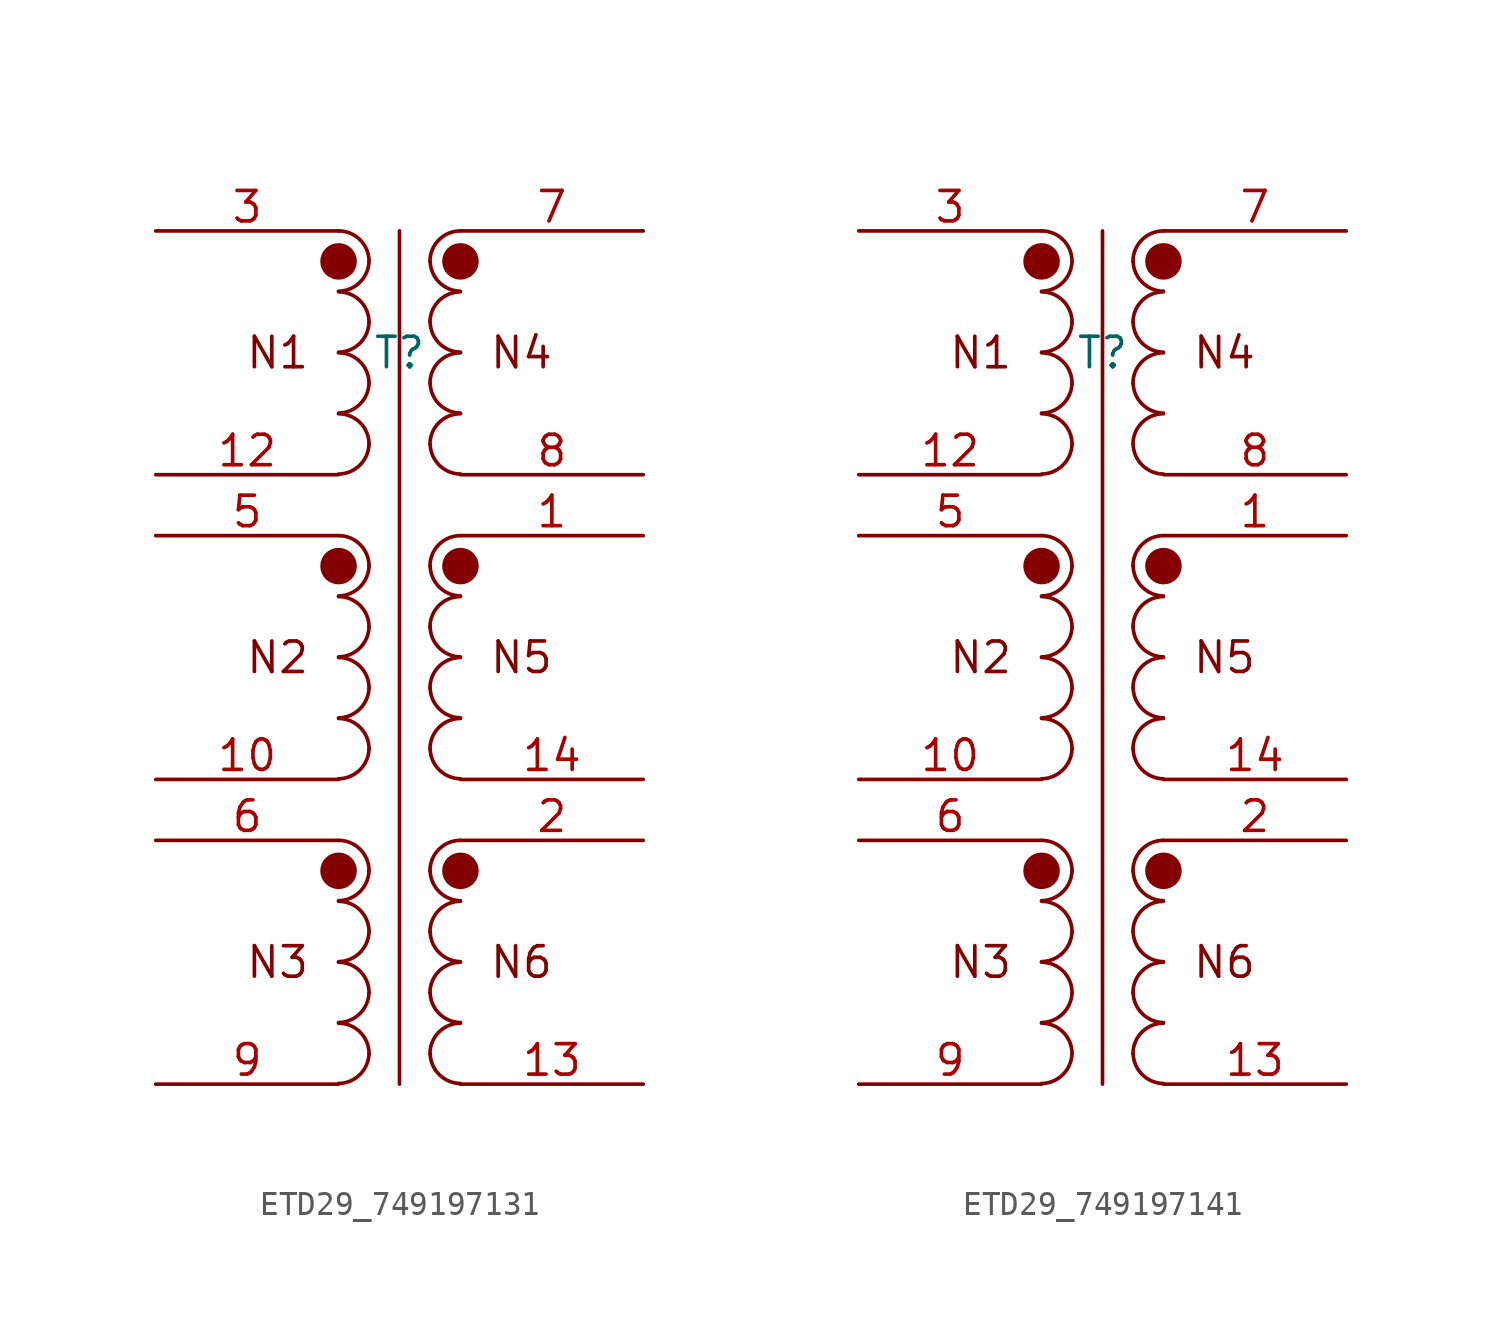
<source format=kicad_sym>
(kicad_symbol_lib
  (version 20220914)
  (generator kicad_symbol_editor)
  (symbol "ETD29_749197131"
    (pin_names hide)
    (property "Reference" "T"
      (at 0 12.7 0)
      (effects (font (size 1.27 1.27))))
    (property "Critical Parameter" ""
      (at 0 -5.08 0)
      (effects (font (size 1.27 1.27)) (justify left)))
    (symbol "ETD29_749197131_0_1"
      (arc (start -2.54 -17.7546) (mid -1.6561 -17.3863) (end -1.27 -16.51) (stroke (width 0) (type default)) (fill (type none)))
      (arc (start -2.54 -15.2146) (mid -1.6561 -14.8463) (end -1.27 -13.97) (stroke (width 0) (type default)) (fill (type none)))
      (arc (start -2.54 -12.6746) (mid -1.6561 -12.3063) (end -1.27 -11.43) (stroke (width 0) (type default)) (fill (type none)))
      (arc (start -2.54 -10.1346) (mid -1.6561 -9.7663) (end -1.27 -8.89) (stroke (width 0) (type default)) (fill (type none)))
      (arc (start -2.54 -5.0546) (mid -1.6561 -4.6863) (end -1.27 -3.81) (stroke (width 0) (type default)) (fill (type none)))
      (arc (start -2.54 -2.5146) (mid -1.6561 -2.1463) (end -1.27 -1.27) (stroke (width 0) (type default)) (fill (type none)))
      (arc (start -2.54 0.0254) (mid -1.6561 0.3937) (end -1.27 1.27) (stroke (width 0) (type default)) (fill (type none)))
      (arc (start -2.54 2.5654) (mid -1.6561 2.9337) (end -1.27 3.81) (stroke (width 0) (type default)) (fill (type none)))
      (arc (start -2.54 7.6454) (mid -1.6561 8.0137) (end -1.27 8.89) (stroke (width 0) (type default)) (fill (type none)))
      (arc (start -2.54 10.1854) (mid -1.6561 10.5537) (end -1.27 11.43) (stroke (width 0) (type default)) (fill (type none)))
      (arc (start -2.54 12.7254) (mid -1.6561 13.0937) (end -1.27 13.97) (stroke (width 0) (type default)) (fill (type none)))
      (arc (start -2.54 15.2654) (mid -1.6561 15.6337) (end -1.27 16.51) (stroke (width 0) (type default)) (fill (type none)))
      (arc (start -1.27 -16.51) (mid -1.642 -15.612) (end -2.54 -15.24) (stroke (width 0) (type default)) (fill (type none)))
      (arc (start -1.27 -13.97) (mid -1.642 -13.072) (end -2.54 -12.7) (stroke (width 0) (type default)) (fill (type none)))
      (arc (start -1.27 -11.43) (mid -1.642 -10.532) (end -2.54 -10.16) (stroke (width 0) (type default)) (fill (type none)))
      (arc (start -1.27 -8.89) (mid -1.642 -7.992) (end -2.54 -7.62) (stroke (width 0) (type default)) (fill (type none)))
      (arc (start -1.27 -3.81) (mid -1.642 -2.912) (end -2.54 -2.54) (stroke (width 0) (type default)) (fill (type none)))
      (arc (start -1.27 -1.27) (mid -1.642 -0.372) (end -2.54 0) (stroke (width 0) (type default)) (fill (type none)))
      (arc (start -1.27 1.27) (mid -1.642 2.168) (end -2.54 2.54) (stroke (width 0) (type default)) (fill (type none)))
      (arc (start -1.27 3.81) (mid -1.642 4.708) (end -2.54 5.08) (stroke (width 0) (type default)) (fill (type none)))
      (arc (start -1.27 8.89) (mid -1.642 9.788) (end -2.54 10.16) (stroke (width 0) (type default)) (fill (type none)))
      (arc (start -1.27 11.43) (mid -1.642 12.328) (end -2.54 12.7) (stroke (width 0) (type default)) (fill (type none)))
      (arc (start -1.27 13.97) (mid -1.642 14.868) (end -2.54 15.24) (stroke (width 0) (type default)) (fill (type none)))
      (arc (start -1.27 16.51) (mid -1.642 17.408) (end -2.54 17.78) (stroke (width 0) (type default)) (fill (type none)))
      (polyline (pts (xy 0 -17.78) (xy 0 17.78)) (stroke (width 0) (type default)) (fill (type none)))
      (arc (start 1.27 -16.51) (mid 1.6561 -17.3863) (end 2.54 -17.7546) (stroke (width 0) (type default)) (fill (type none)))
      (arc (start 1.27 -13.97) (mid 1.6561 -14.8463) (end 2.54 -15.2146) (stroke (width 0) (type default)) (fill (type none)))
      (arc (start 1.27 -11.43) (mid 1.6561 -12.3063) (end 2.54 -12.6746) (stroke (width 0) (type default)) (fill (type none)))
      (arc (start 1.27 -8.89) (mid 1.6561 -9.7663) (end 2.54 -10.1346) (stroke (width 0) (type default)) (fill (type none)))
      (arc (start 1.27 -3.81) (mid 1.6561 -4.6863) (end 2.54 -5.0546) (stroke (width 0) (type default)) (fill (type none)))
      (arc (start 1.27 -1.27) (mid 1.6561 -2.1463) (end 2.54 -2.5146) (stroke (width 0) (type default)) (fill (type none)))
      (arc (start 1.27 1.27) (mid 1.6561 0.3937) (end 2.54 0.0254) (stroke (width 0) (type default)) (fill (type none)))
      (arc (start 1.27 3.81) (mid 1.6561 2.9337) (end 2.54 2.5654) (stroke (width 0) (type default)) (fill (type none)))
      (arc (start 1.27 8.89) (mid 1.6561 8.0137) (end 2.54 7.6454) (stroke (width 0) (type default)) (fill (type none)))
      (arc (start 1.27 11.43) (mid 1.6561 10.5537) (end 2.54 10.1854) (stroke (width 0) (type default)) (fill (type none)))
      (arc (start 1.27 13.97) (mid 1.6561 13.0937) (end 2.54 12.7254) (stroke (width 0) (type default)) (fill (type none)))
      (arc (start 1.27 16.51) (mid 1.6561 15.6337) (end 2.54 15.2654) (stroke (width 0) (type default)) (fill (type none)))
      (arc (start 2.54 -15.24) (mid 1.642 -15.612) (end 1.27 -16.51) (stroke (width 0) (type default)) (fill (type none)))
      (arc (start 2.54 -12.7) (mid 1.642 -13.072) (end 1.27 -13.97) (stroke (width 0) (type default)) (fill (type none)))
      (arc (start 2.54 -10.16) (mid 1.642 -10.532) (end 1.27 -11.43) (stroke (width 0) (type default)) (fill (type none)))
      (arc (start 2.54 -7.62) (mid 1.642 -7.992) (end 1.27 -8.89) (stroke (width 0) (type default)) (fill (type none)))
      (arc (start 2.54 -2.54) (mid 1.642 -2.912) (end 1.27 -3.81) (stroke (width 0) (type default)) (fill (type none)))
      (arc (start 2.54 0) (mid 1.642 -0.372) (end 1.27 -1.27) (stroke (width 0) (type default)) (fill (type none)))
      (arc (start 2.54 2.54) (mid 1.642 2.168) (end 1.27 1.27) (stroke (width 0) (type default)) (fill (type none)))
      (arc (start 2.54 5.08) (mid 1.642 4.708) (end 1.27 3.81) (stroke (width 0) (type default)) (fill (type none)))
      (arc (start 2.54 10.16) (mid 1.642 9.788) (end 1.27 8.89) (stroke (width 0) (type default)) (fill (type none)))
      (arc (start 2.54 12.7) (mid 1.642 12.328) (end 1.27 11.43) (stroke (width 0) (type default)) (fill (type none)))
      (arc (start 2.54 15.24) (mid 1.642 14.868) (end 1.27 13.97) (stroke (width 0) (type default)) (fill (type none)))
      (arc (start 2.54 17.78) (mid 1.642 17.408) (end 1.27 16.51) (stroke (width 0) (type default)) (fill (type none))))
    (symbol "ETD29_749197131_1_1"
      (circle (center -2.54 -8.89) (radius 0.0001) (stroke (width 0.762) (type default)) (fill (type none)))
      (circle (center -2.54 3.81) (radius 0.0001) (stroke (width 0.762) (type default)) (fill (type none)))
      (circle (center -2.54 16.51) (radius 0.0001) (stroke (width 0.762) (type default)) (fill (type none)))
      (circle (center 2.54 -8.89) (radius 0.0001) (stroke (width 0.762) (type default)) (fill (type none)))
      (circle (center 2.54 3.81) (radius 0.0001) (stroke (width 0.762) (type default)) (fill (type none)))
      (circle (center 2.54 16.51) (radius 0.0001) (stroke (width 0.762) (type default)) (fill (type none)))
      (text "N1" (at -5.08 12.7 0) (effects (font (size 1.27 1.27))))
      (text "N2" (at -5.08 0 0) (effects (font (size 1.27 1.27))))
      (text "N3" (at -5.08 -12.7 0) (effects (font (size 1.27 1.27))))
      (text "N4" (at 5.08 12.7 0) (effects (font (size 1.27 1.27))))
      (text "N5" (at 5.08 0 0) (effects (font (size 1.27 1.27))))
      (text "N6" (at 5.08 -12.7 0) (effects (font (size 1.27 1.27))))
      (pin passive line (at -10.16 17.78 0) (length 7.62) (name "3" (effects (font (size 1.27 1.27)))) (number "3" (effects (font (size 1.27 1.27)))))
      (pin passive line (at -10.16 7.62 0) (length 7.62) (name "12" (effects (font (size 1.27 1.27)))) (number "12" (effects (font (size 1.27 1.27)))))
      (pin passive line (at -10.16 5.08 0) (length 7.62) (name "5" (effects (font (size 1.27 1.27)))) (number "5" (effects (font (size 1.27 1.27)))))
      (pin passive line (at -10.16 -5.08 0) (length 7.62) (name "10" (effects (font (size 1.27 1.27)))) (number "10" (effects (font (size 1.27 1.27)))))
      (pin passive line (at -10.16 -7.62 0) (length 7.62) (name "6" (effects (font (size 1.27 1.27)))) (number "6" (effects (font (size 1.27 1.27)))))
      (pin passive line (at -10.16 -17.78 0) (length 7.62) (name "9" (effects (font (size 1.27 1.27)))) (number "9" (effects (font (size 1.27 1.27)))))
      (pin passive line (at 10.16 -17.78 180) (length 7.62) (name "13" (effects (font (size 1.27 1.27)))) (number "13" (effects (font (size 1.27 1.27)))))
      (pin passive line (at 10.16 -7.62 180) (length 7.62) (name "2" (effects (font (size 1.27 1.27)))) (number "2" (effects (font (size 1.27 1.27)))))
      (pin passive line (at 10.16 -5.08 180) (length 7.62) (name "14" (effects (font (size 1.27 1.27)))) (number "14" (effects (font (size 1.27 1.27)))))
      (pin passive line (at 10.16 5.08 180) (length 7.62) (name "1" (effects (font (size 1.27 1.27)))) (number "1" (effects (font (size 1.27 1.27)))))
      (pin passive line (at 10.16 7.62 180) (length 7.62) (name "8" (effects (font (size 1.27 1.27)))) (number "8" (effects (font (size 1.27 1.27)))))
      (pin passive line (at 10.16 17.78 180) (length 7.62) (name "7" (effects (font (size 1.27 1.27)))) (number "7" (effects (font (size 1.27 1.27)))))))
  (symbol "ETD29_749197141"
    (pin_names hide)
    (property "Reference" "T"
      (at 0 12.7 0)
      (effects (font (size 1.27 1.27))))
    (property "Critical Parameter" ""
      (at 0 -5.08 0)
      (effects (font (size 1.27 1.27)) (justify left)))
    (symbol "ETD29_749197141_0_1"
      (arc (start -2.54 -17.7546) (mid -1.6561 -17.3863) (end -1.27 -16.51) (stroke (width 0) (type default)) (fill (type none)))
      (arc (start -2.54 -15.2146) (mid -1.6561 -14.8463) (end -1.27 -13.97) (stroke (width 0) (type default)) (fill (type none)))
      (arc (start -2.54 -12.6746) (mid -1.6561 -12.3063) (end -1.27 -11.43) (stroke (width 0) (type default)) (fill (type none)))
      (arc (start -2.54 -10.1346) (mid -1.6561 -9.7663) (end -1.27 -8.89) (stroke (width 0) (type default)) (fill (type none)))
      (arc (start -2.54 -5.0546) (mid -1.6561 -4.6863) (end -1.27 -3.81) (stroke (width 0) (type default)) (fill (type none)))
      (arc (start -2.54 -2.5146) (mid -1.6561 -2.1463) (end -1.27 -1.27) (stroke (width 0) (type default)) (fill (type none)))
      (arc (start -2.54 0.0254) (mid -1.6561 0.3937) (end -1.27 1.27) (stroke (width 0) (type default)) (fill (type none)))
      (arc (start -2.54 2.5654) (mid -1.6561 2.9337) (end -1.27 3.81) (stroke (width 0) (type default)) (fill (type none)))
      (arc (start -2.54 7.6454) (mid -1.6561 8.0137) (end -1.27 8.89) (stroke (width 0) (type default)) (fill (type none)))
      (arc (start -2.54 10.1854) (mid -1.6561 10.5537) (end -1.27 11.43) (stroke (width 0) (type default)) (fill (type none)))
      (arc (start -2.54 12.7254) (mid -1.6561 13.0937) (end -1.27 13.97) (stroke (width 0) (type default)) (fill (type none)))
      (arc (start -2.54 15.2654) (mid -1.6561 15.6337) (end -1.27 16.51) (stroke (width 0) (type default)) (fill (type none)))
      (arc (start -1.27 -16.51) (mid -1.642 -15.612) (end -2.54 -15.24) (stroke (width 0) (type default)) (fill (type none)))
      (arc (start -1.27 -13.97) (mid -1.642 -13.072) (end -2.54 -12.7) (stroke (width 0) (type default)) (fill (type none)))
      (arc (start -1.27 -11.43) (mid -1.642 -10.532) (end -2.54 -10.16) (stroke (width 0) (type default)) (fill (type none)))
      (arc (start -1.27 -8.89) (mid -1.642 -7.992) (end -2.54 -7.62) (stroke (width 0) (type default)) (fill (type none)))
      (arc (start -1.27 -3.81) (mid -1.642 -2.912) (end -2.54 -2.54) (stroke (width 0) (type default)) (fill (type none)))
      (arc (start -1.27 -1.27) (mid -1.642 -0.372) (end -2.54 0) (stroke (width 0) (type default)) (fill (type none)))
      (arc (start -1.27 1.27) (mid -1.642 2.168) (end -2.54 2.54) (stroke (width 0) (type default)) (fill (type none)))
      (arc (start -1.27 3.81) (mid -1.642 4.708) (end -2.54 5.08) (stroke (width 0) (type default)) (fill (type none)))
      (arc (start -1.27 8.89) (mid -1.642 9.788) (end -2.54 10.16) (stroke (width 0) (type default)) (fill (type none)))
      (arc (start -1.27 11.43) (mid -1.642 12.328) (end -2.54 12.7) (stroke (width 0) (type default)) (fill (type none)))
      (arc (start -1.27 13.97) (mid -1.642 14.868) (end -2.54 15.24) (stroke (width 0) (type default)) (fill (type none)))
      (arc (start -1.27 16.51) (mid -1.642 17.408) (end -2.54 17.78) (stroke (width 0) (type default)) (fill (type none)))
      (polyline (pts (xy 0 -17.78) (xy 0 17.78)) (stroke (width 0) (type default)) (fill (type none)))
      (arc (start 1.27 -16.51) (mid 1.6561 -17.3863) (end 2.54 -17.7546) (stroke (width 0) (type default)) (fill (type none)))
      (arc (start 1.27 -13.97) (mid 1.6561 -14.8463) (end 2.54 -15.2146) (stroke (width 0) (type default)) (fill (type none)))
      (arc (start 1.27 -11.43) (mid 1.6561 -12.3063) (end 2.54 -12.6746) (stroke (width 0) (type default)) (fill (type none)))
      (arc (start 1.27 -8.89) (mid 1.6561 -9.7663) (end 2.54 -10.1346) (stroke (width 0) (type default)) (fill (type none)))
      (arc (start 1.27 -3.81) (mid 1.6561 -4.6863) (end 2.54 -5.0546) (stroke (width 0) (type default)) (fill (type none)))
      (arc (start 1.27 -1.27) (mid 1.6561 -2.1463) (end 2.54 -2.5146) (stroke (width 0) (type default)) (fill (type none)))
      (arc (start 1.27 1.27) (mid 1.6561 0.3937) (end 2.54 0.0254) (stroke (width 0) (type default)) (fill (type none)))
      (arc (start 1.27 3.81) (mid 1.6561 2.9337) (end 2.54 2.5654) (stroke (width 0) (type default)) (fill (type none)))
      (arc (start 1.27 8.89) (mid 1.6561 8.0137) (end 2.54 7.6454) (stroke (width 0) (type default)) (fill (type none)))
      (arc (start 1.27 11.43) (mid 1.6561 10.5537) (end 2.54 10.1854) (stroke (width 0) (type default)) (fill (type none)))
      (arc (start 1.27 13.97) (mid 1.6561 13.0937) (end 2.54 12.7254) (stroke (width 0) (type default)) (fill (type none)))
      (arc (start 1.27 16.51) (mid 1.6561 15.6337) (end 2.54 15.2654) (stroke (width 0) (type default)) (fill (type none)))
      (arc (start 2.54 -15.24) (mid 1.642 -15.612) (end 1.27 -16.51) (stroke (width 0) (type default)) (fill (type none)))
      (arc (start 2.54 -12.7) (mid 1.642 -13.072) (end 1.27 -13.97) (stroke (width 0) (type default)) (fill (type none)))
      (arc (start 2.54 -10.16) (mid 1.642 -10.532) (end 1.27 -11.43) (stroke (width 0) (type default)) (fill (type none)))
      (arc (start 2.54 -7.62) (mid 1.642 -7.992) (end 1.27 -8.89) (stroke (width 0) (type default)) (fill (type none)))
      (arc (start 2.54 -2.54) (mid 1.642 -2.912) (end 1.27 -3.81) (stroke (width 0) (type default)) (fill (type none)))
      (arc (start 2.54 0) (mid 1.642 -0.372) (end 1.27 -1.27) (stroke (width 0) (type default)) (fill (type none)))
      (arc (start 2.54 2.54) (mid 1.642 2.168) (end 1.27 1.27) (stroke (width 0) (type default)) (fill (type none)))
      (arc (start 2.54 5.08) (mid 1.642 4.708) (end 1.27 3.81) (stroke (width 0) (type default)) (fill (type none)))
      (arc (start 2.54 10.16) (mid 1.642 9.788) (end 1.27 8.89) (stroke (width 0) (type default)) (fill (type none)))
      (arc (start 2.54 12.7) (mid 1.642 12.328) (end 1.27 11.43) (stroke (width 0) (type default)) (fill (type none)))
      (arc (start 2.54 15.24) (mid 1.642 14.868) (end 1.27 13.97) (stroke (width 0) (type default)) (fill (type none)))
      (arc (start 2.54 17.78) (mid 1.642 17.408) (end 1.27 16.51) (stroke (width 0) (type default)) (fill (type none))))
    (symbol "ETD29_749197141_1_1"
      (circle (center -2.54 -8.89) (radius 0.0001) (stroke (width 0.762) (type default)) (fill (type none)))
      (circle (center -2.54 3.81) (radius 0.0001) (stroke (width 0.762) (type default)) (fill (type none)))
      (circle (center -2.54 16.51) (radius 0.0001) (stroke (width 0.762) (type default)) (fill (type none)))
      (circle (center 2.54 -8.89) (radius 0.0001) (stroke (width 0.762) (type default)) (fill (type none)))
      (circle (center 2.54 3.81) (radius 0.0001) (stroke (width 0.762) (type default)) (fill (type none)))
      (circle (center 2.54 16.51) (radius 0.0001) (stroke (width 0.762) (type default)) (fill (type none)))
      (text "N1" (at -5.08 12.7 0) (effects (font (size 1.27 1.27))))
      (text "N2" (at -5.08 0 0) (effects (font (size 1.27 1.27))))
      (text "N3" (at -5.08 -12.7 0) (effects (font (size 1.27 1.27))))
      (text "N4" (at 5.08 12.7 0) (effects (font (size 1.27 1.27))))
      (text "N5" (at 5.08 0 0) (effects (font (size 1.27 1.27))))
      (text "N6" (at 5.08 -12.7 0) (effects (font (size 1.27 1.27))))
      (pin passive line (at -10.16 17.78 0) (length 7.62) (name "3" (effects (font (size 1.27 1.27)))) (number "3" (effects (font (size 1.27 1.27)))))
      (pin passive line (at -10.16 7.62 0) (length 7.62) (name "12" (effects (font (size 1.27 1.27)))) (number "12" (effects (font (size 1.27 1.27)))))
      (pin passive line (at -10.16 5.08 0) (length 7.62) (name "5" (effects (font (size 1.27 1.27)))) (number "5" (effects (font (size 1.27 1.27)))))
      (pin passive line (at -10.16 -5.08 0) (length 7.62) (name "10" (effects (font (size 1.27 1.27)))) (number "10" (effects (font (size 1.27 1.27)))))
      (pin passive line (at -10.16 -7.62 0) (length 7.62) (name "6" (effects (font (size 1.27 1.27)))) (number "6" (effects (font (size 1.27 1.27)))))
      (pin passive line (at -10.16 -17.78 0) (length 7.62) (name "9" (effects (font (size 1.27 1.27)))) (number "9" (effects (font (size 1.27 1.27)))))
      (pin passive line (at 10.16 -17.78 180) (length 7.62) (name "13" (effects (font (size 1.27 1.27)))) (number "13" (effects (font (size 1.27 1.27)))))
      (pin passive line (at 10.16 -7.62 180) (length 7.62) (name "2" (effects (font (size 1.27 1.27)))) (number "2" (effects (font (size 1.27 1.27)))))
      (pin passive line (at 10.16 -5.08 180) (length 7.62) (name "14" (effects (font (size 1.27 1.27)))) (number "14" (effects (font (size 1.27 1.27)))))
      (pin passive line (at 10.16 5.08 180) (length 7.62) (name "1" (effects (font (size 1.27 1.27)))) (number "1" (effects (font (size 1.27 1.27)))))
      (pin passive line (at 10.16 7.62 180) (length 7.62) (name "8" (effects (font (size 1.27 1.27)))) (number "8" (effects (font (size 1.27 1.27)))))
      (pin passive line (at 10.16 17.78 180) (length 7.62) (name "7" (effects (font (size 1.27 1.27)))) (number "7" (effects (font (size 1.27 1.27))))))))
</source>
